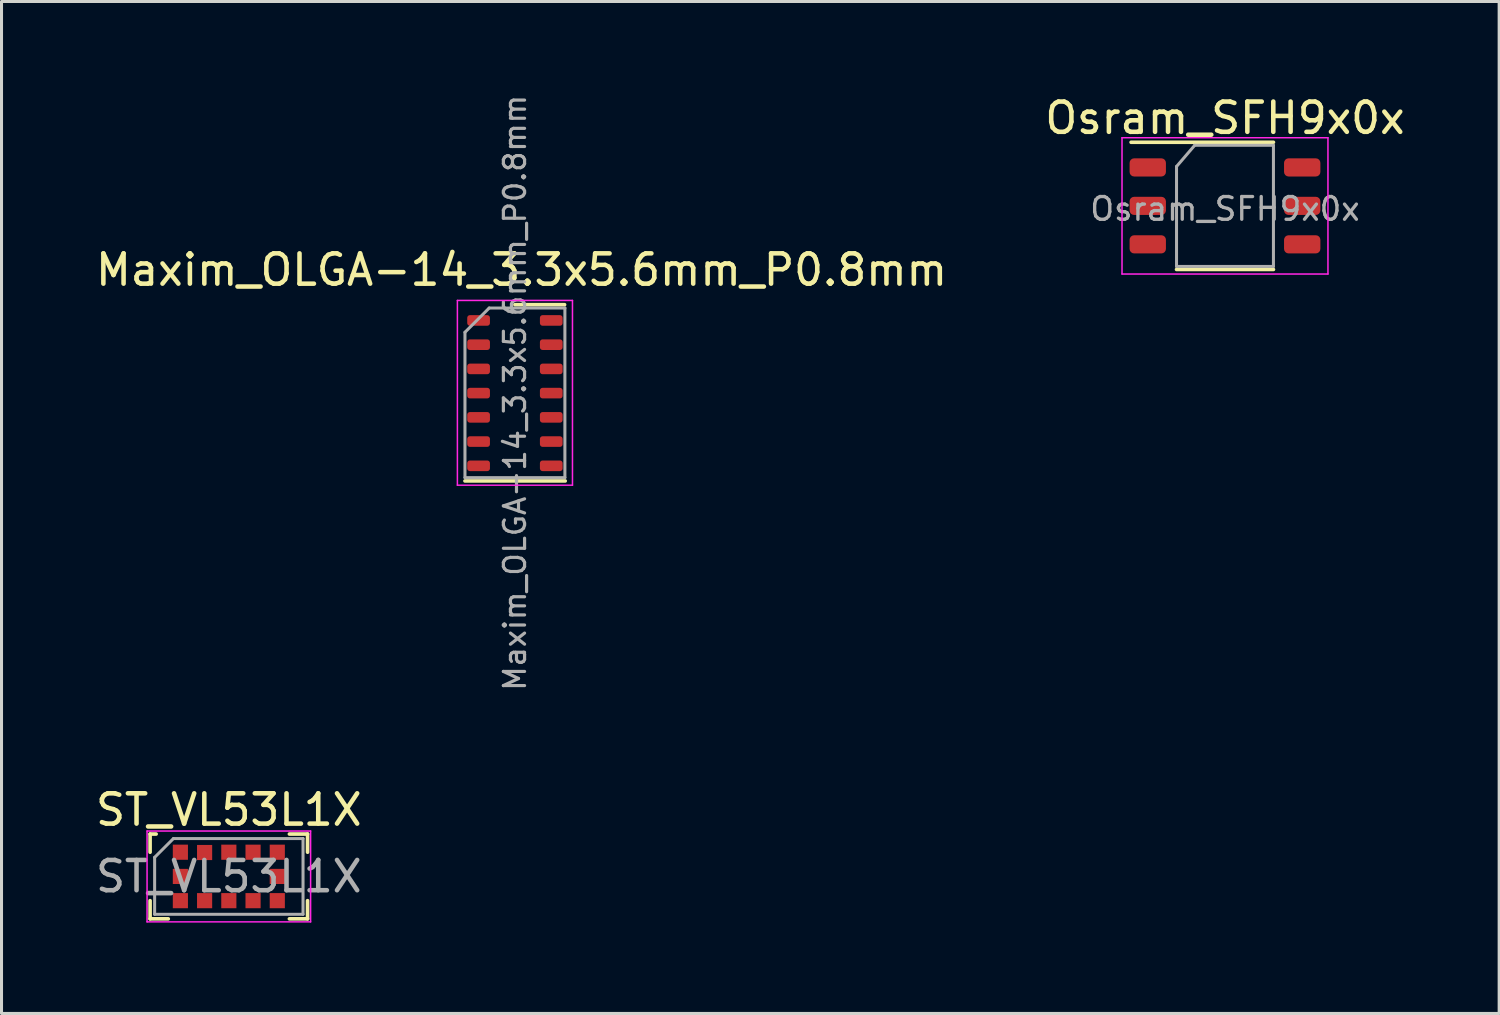
<source format=kicad_pcb>
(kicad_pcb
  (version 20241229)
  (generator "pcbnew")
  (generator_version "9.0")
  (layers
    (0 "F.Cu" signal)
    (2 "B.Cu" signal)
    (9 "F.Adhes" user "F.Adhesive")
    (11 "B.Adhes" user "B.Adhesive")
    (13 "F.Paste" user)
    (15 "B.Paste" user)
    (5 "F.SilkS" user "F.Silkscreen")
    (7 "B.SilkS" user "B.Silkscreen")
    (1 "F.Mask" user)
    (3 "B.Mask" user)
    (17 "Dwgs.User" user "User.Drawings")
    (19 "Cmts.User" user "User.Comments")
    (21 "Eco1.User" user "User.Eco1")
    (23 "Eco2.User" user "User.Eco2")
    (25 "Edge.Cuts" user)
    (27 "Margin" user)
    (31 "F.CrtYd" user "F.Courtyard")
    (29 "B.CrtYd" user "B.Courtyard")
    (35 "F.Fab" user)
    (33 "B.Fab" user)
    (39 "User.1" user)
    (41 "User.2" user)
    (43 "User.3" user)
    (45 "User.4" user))
  (footprint "Maxim_OLGA-14_3.3x5.6mm_P0.8mm"
    (layer "F.Cu")
    (at 13.953 9.931)
    (property "Reference" "Maxim_OLGA-14_3.3x5.6mm_P0.8mm" (at 0.22 -4.07 0) (layer "F.SilkS") (effects (font (size 1 1) (thickness 0.15))))
    (attr smd)
    (fp_line (start 0 -2.92) (end 1.64 -2.92) (stroke (width 0.12) (type solid)) (layer "F.SilkS"))
    (fp_line (start 1.66 2.9) (end -1.65 2.9) (stroke (width 0.12) (type solid)) (layer "F.SilkS"))
    (fp_line (start -1.9 -3.06) (end -1.9 3.04) (stroke (width 0.05) (type solid)) (layer "F.CrtYd"))
    (fp_line (start -1.9 -3.06) (end 1.9 -3.06) (stroke (width 0.05) (type solid)) (layer "F.CrtYd"))
    (fp_line (start 1.9 3.04) (end -1.9 3.04) (stroke (width 0.05) (type solid)) (layer "F.CrtYd"))
    (fp_line (start 1.9 3.04) (end 1.9 -3.06) (stroke (width 0.05) (type solid)) (layer "F.CrtYd"))
    (fp_line (start -1.65 -2.01) (end -0.85 -2.81) (stroke (width 0.1) (type solid)) (layer "F.Fab"))
    (fp_line (start -1.65 2.79) (end -1.65 -2.01) (stroke (width 0.1) (type solid)) (layer "F.Fab"))
    (fp_line (start -1.65 2.79) (end 1.65 2.79) (stroke (width 0.1) (type solid)) (layer "F.Fab"))
    (fp_line (start -0.85 -2.81) (end 1.65 -2.81) (stroke (width 0.1) (type solid)) (layer "F.Fab"))
    (fp_line (start 1.65 2.79) (end 1.65 -2.81) (stroke (width 0.1) (type solid)) (layer "F.Fab"))
    (fp_text user "${REFERENCE}" (at 0 -0.01 90) (layer "F.Fab") (effects (font (size 0.7 0.7) (thickness 0.105))))
    (pad "1" smd roundrect (at -1.2 -2.4) (size 0.75 0.35) (layers "F.Cu" "F.Mask" "F.Paste") (roundrect_rratio 0.25))
    (pad "2" smd roundrect (at -1.2 -1.6) (size 0.75 0.35) (layers "F.Cu" "F.Mask" "F.Paste") (roundrect_rratio 0.25))
    (pad "3" smd roundrect (at -1.2 -0.8) (size 0.75 0.35) (layers "F.Cu" "F.Mask" "F.Paste") (roundrect_rratio 0.25))
    (pad "4" smd roundrect (at -1.2 0) (size 0.75 0.35) (layers "F.Cu" "F.Mask" "F.Paste") (roundrect_rratio 0.25))
    (pad "5" smd roundrect (at -1.2 0.8) (size 0.75 0.35) (layers "F.Cu" "F.Mask" "F.Paste") (roundrect_rratio 0.25))
    (pad "6" smd roundrect (at -1.2 1.6) (size 0.75 0.35) (layers "F.Cu" "F.Mask" "F.Paste") (roundrect_rratio 0.25))
    (pad "7" smd roundrect (at -1.2 2.4) (size 0.75 0.35) (layers "F.Cu" "F.Mask" "F.Paste") (roundrect_rratio 0.25))
    (pad "8" smd roundrect (at 1.2 2.4) (size 0.75 0.35) (layers "F.Cu" "F.Mask" "F.Paste") (roundrect_rratio 0.25))
    (pad "9" smd roundrect (at 1.2 1.6) (size 0.75 0.35) (layers "F.Cu" "F.Mask" "F.Paste") (roundrect_rratio 0.25))
    (pad "10" smd roundrect (at 1.2 0.8) (size 0.75 0.35) (layers "F.Cu" "F.Mask" "F.Paste") (roundrect_rratio 0.25))
    (pad "11" smd roundrect (at 1.2 0) (size 0.75 0.35) (layers "F.Cu" "F.Mask" "F.Paste") (roundrect_rratio 0.25))
    (pad "12" smd roundrect (at 1.2 -0.8) (size 0.75 0.35) (layers "F.Cu" "F.Mask" "F.Paste") (roundrect_rratio 0.25))
    (pad "13" smd roundrect (at 1.2 -1.6) (size 0.75 0.35) (layers "F.Cu" "F.Mask" "F.Paste") (roundrect_rratio 0.25))
    (pad "14" smd roundrect (at 1.2 -2.4) (size 0.75 0.35) (layers "F.Cu" "F.Mask" "F.Paste") (roundrect_rratio 0.25)))
  (footprint "Osram_SFH9x0x"
    (layer "F.Cu")
    (at 37.399 3.748)
    (property "Reference" "Osram_SFH9x0x" (at 0 -2.9 0) (layer "F.SilkS") (effects (font (size 1 1) (thickness 0.15))))
    (attr smd)
    (fp_line (start -1.6 2.1) (end 1.6 2.1) (stroke (width 0.12) (type solid)) (layer "F.SilkS"))
    (fp_line (start 1.6 -2.1) (end -3.1 -2.1) (stroke (width 0.12) (type solid)) (layer "F.SilkS"))
    (fp_line (start -3.4 -2.25) (end -3.4 2.25) (stroke (width 0.05) (type solid)) (layer "F.CrtYd"))
    (fp_line (start -3.4 -2.25) (end 3.4 -2.25) (stroke (width 0.05) (type solid)) (layer "F.CrtYd"))
    (fp_line (start 3.4 2.25) (end -3.4 2.25) (stroke (width 0.05) (type solid)) (layer "F.CrtYd"))
    (fp_line (start 3.4 2.25) (end 3.4 -2.25) (stroke (width 0.05) (type solid)) (layer "F.CrtYd"))
    (fp_line (start -1.6 -1.3) (end -1.6 2) (stroke (width 0.1) (type solid)) (layer "F.Fab"))
    (fp_line (start -1.6 2) (end 1.6 2) (stroke (width 0.1) (type solid)) (layer "F.Fab"))
    (fp_line (start -1 -2) (end -1.6 -1.3) (stroke (width 0.1) (type solid)) (layer "F.Fab"))
    (fp_line (start 1.6 -2) (end -1 -2) (stroke (width 0.1) (type solid)) (layer "F.Fab"))
    (fp_line (start 1.6 2) (end 1.6 -2) (stroke (width 0.1) (type solid)) (layer "F.Fab"))
    (fp_text user "${REFERENCE}" (at 0 0.1 0) (layer "F.Fab") (effects (font (size 0.75 0.75) (thickness 0.11))))
    (pad "1" smd roundrect (at -2.55 -1.27) (size 1.2 0.6) (layers "F.Cu" "F.Mask" "F.Paste") (roundrect_rratio 0.25))
    (pad "2" smd roundrect (at -2.55 0) (size 1.2 0.6) (layers "F.Cu" "F.Mask" "F.Paste") (roundrect_rratio 0.25))
    (pad "3" smd roundrect (at -2.55 1.27) (size 1.2 0.6) (layers "F.Cu" "F.Mask" "F.Paste") (roundrect_rratio 0.25))
    (pad "4" smd roundrect (at 2.55 1.27) (size 1.2 0.6) (layers "F.Cu" "F.Mask" "F.Paste") (roundrect_rratio 0.25))
    (pad "5" smd roundrect (at 2.55 0) (size 1.2 0.6) (layers "F.Cu" "F.Mask" "F.Paste") (roundrect_rratio 0.25))
    (pad "6" smd roundrect (at 2.55 -1.27) (size 1.2 0.6) (layers "F.Cu" "F.Mask" "F.Paste") (roundrect_rratio 0.25)))
  (footprint "ST_VL53L1X"
    (layer "F.Cu")
    (at 4.506 25.89)
    (property "Reference" "ST_VL53L1X" (at 0 -2.2 180) (layer "F.SilkS") (effects (font (size 1 1) (thickness 0.15))))
    (attr smd)
    (fp_line (start -2.6 -1.4) (end -2.6 -0.8) (stroke (width 0.12) (type solid)) (layer "F.SilkS"))
    (fp_line (start -2.6 -1.4) (end -2.4 -1.4) (stroke (width 0.12) (type solid)) (layer "F.SilkS"))
    (fp_line (start -2.6 1.4) (end -2.6 0.8) (stroke (width 0.12) (type solid)) (layer "F.SilkS"))
    (fp_line (start -2 1.4) (end -2.6 1.4) (stroke (width 0.12) (type solid)) (layer "F.SilkS"))
    (fp_line (start 2 -1.4) (end 2.6 -1.4) (stroke (width 0.12) (type solid)) (layer "F.SilkS"))
    (fp_line (start 2.6 -1.4) (end 2.6 -0.8) (stroke (width 0.12) (type solid)) (layer "F.SilkS"))
    (fp_line (start 2.6 0.8) (end 2.6 1.4) (stroke (width 0.12) (type solid)) (layer "F.SilkS"))
    (fp_line (start 2.6 1.4) (end 2 1.4) (stroke (width 0.12) (type solid)) (layer "F.SilkS"))
    (fp_line (start -2.7 -1.5) (end -2.7 1.5) (stroke (width 0.05) (type solid)) (layer "F.CrtYd"))
    (fp_line (start -2.7 1.5) (end 2.7 1.5) (stroke (width 0.05) (type solid)) (layer "F.CrtYd"))
    (fp_line (start 2.7 -1.5) (end -2.7 -1.5) (stroke (width 0.05) (type solid)) (layer "F.CrtYd"))
    (fp_line (start 2.7 1.5) (end 2.7 -1.5) (stroke (width 0.05) (type solid)) (layer "F.CrtYd"))
    (fp_line (start -2.45 -0.63) (end -1.83 -1.25) (stroke (width 0.1) (type solid)) (layer "F.Fab"))
    (fp_line (start -2.45 1.25) (end -2.45 -0.63) (stroke (width 0.1) (type solid)) (layer "F.Fab"))
    (fp_line (start -1.83 -1.25) (end 2.45 -1.25) (stroke (width 0.1) (type solid)) (layer "F.Fab"))
    (fp_line (start 2.45 -1.25) (end 2.45 1.25) (stroke (width 0.1) (type solid)) (layer "F.Fab"))
    (fp_line (start 2.45 1.25) (end -2.45 1.25) (stroke (width 0.1) (type solid)) (layer "F.Fab"))
    (fp_text user "${REFERENCE}" (at 0 0 180) (layer "F.Fab") (effects (font (size 1 1) (thickness 0.15))))
    (pad "1" smd rect (at -1.6 -0.8 90) (size 0.5 0.5) (layers "F.Cu" "F.Mask" "F.Paste"))
    (pad "2" smd rect (at -0.8 -0.79 90) (size 0.5 0.5) (layers "F.Cu" "F.Mask" "F.Paste"))
    (pad "3" smd rect (at 0 -0.8 90) (size 0.5 0.5) (layers "F.Cu" "F.Mask" "F.Paste"))
    (pad "4" smd rect (at 0.8 -0.8 90) (size 0.5 0.5) (layers "F.Cu" "F.Mask" "F.Paste"))
    (pad "5" smd rect (at 1.6 -0.8 90) (size 0.5 0.5) (layers "F.Cu" "F.Mask" "F.Paste"))
    (pad "6" smd rect (at 1.6 0 90) (size 0.5 0.5) (layers "F.Cu" "F.Mask" "F.Paste"))
    (pad "7" smd rect (at 1.6 0.8 90) (size 0.5 0.5) (layers "F.Cu" "F.Mask" "F.Paste"))
    (pad "8" smd rect (at 0.8 0.8 90) (size 0.5 0.5) (layers "F.Cu" "F.Mask" "F.Paste"))
    (pad "9" smd rect (at 0 0.8 90) (size 0.5 0.5) (layers "F.Cu" "F.Mask" "F.Paste"))
    (pad "10" smd rect (at -0.8 0.8 90) (size 0.5 0.5) (layers "F.Cu" "F.Mask" "F.Paste"))
    (pad "11" smd rect (at -1.6 0.8 90) (size 0.5 0.5) (layers "F.Cu" "F.Mask" "F.Paste"))
    (pad "12" smd rect (at -1.6 0 90) (size 0.5 0.5) (layers "F.Cu" "F.Mask" "F.Paste")))
  (gr_rect
    (start -3 -3)
    (end 46.452 30.415)
    (stroke (width 0.1) (type default))
    (fill no)
    (layer "Edge.Cuts")))
</source>
